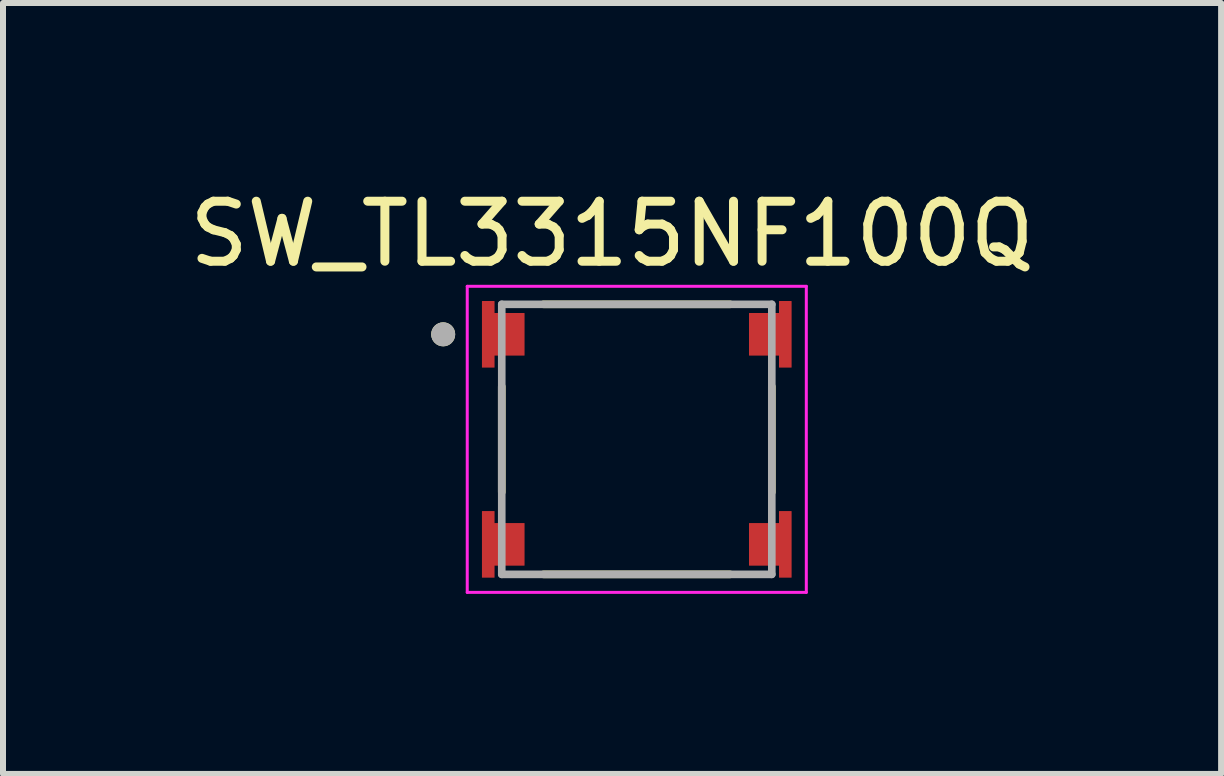
<source format=kicad_pcb>
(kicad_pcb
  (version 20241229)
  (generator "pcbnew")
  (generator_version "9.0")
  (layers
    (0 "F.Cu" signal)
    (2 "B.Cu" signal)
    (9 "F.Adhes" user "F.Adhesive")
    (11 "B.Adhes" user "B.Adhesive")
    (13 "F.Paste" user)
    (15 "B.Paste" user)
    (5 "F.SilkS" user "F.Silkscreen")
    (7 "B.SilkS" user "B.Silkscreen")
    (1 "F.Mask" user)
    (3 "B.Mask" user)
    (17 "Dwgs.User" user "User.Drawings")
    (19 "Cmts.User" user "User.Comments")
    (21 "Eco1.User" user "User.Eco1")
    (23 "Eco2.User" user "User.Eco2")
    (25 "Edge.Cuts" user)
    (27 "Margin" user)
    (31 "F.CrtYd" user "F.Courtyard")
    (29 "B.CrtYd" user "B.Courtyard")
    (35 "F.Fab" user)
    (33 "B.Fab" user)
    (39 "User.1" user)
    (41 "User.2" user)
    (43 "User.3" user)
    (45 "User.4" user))
  (footprint "SW_TL3315NF100Q"
    (layer "F.Cu")
    (at 7.561 4.271)
    (property "Reference" "SW_TL3315NF100Q" (at -0.412 -3.423 0) (layer "F.SilkS") (effects (font (size 1 1) (thickness 0.15))))
    (attr smd)
    (fp_poly (pts (xy -2.675 -2.4) (xy -2.675 -1.1) (xy -2.275 -1.1) (xy -2.275 -1.3) (xy -1.775 -1.3) (xy -1.775 -2.2) (xy -2.275 -2.2) (xy -2.275 -2.4)) (stroke (width 0.01) (type solid)) (fill yes) (layer "F.Mask"))
    (fp_poly (pts (xy -2.275 2.4) (xy -2.675 2.4) (xy -2.675 1.1) (xy -2.275 1.1) (xy -2.275 1.3) (xy -1.775 1.3) (xy -1.775 2.2) (xy -2.275 2.2)) (stroke (width 0.01) (type solid)) (fill yes) (layer "F.Mask"))
    (fp_poly (pts (xy 2.275 -1.3) (xy 1.775 -1.3) (xy 1.775 -2.2) (xy 2.275 -2.2) (xy 2.275 -2.4) (xy 2.675 -2.4) (xy 2.675 -1.1) (xy 2.275 -1.1)) (stroke (width 0.01) (type solid)) (fill yes) (layer "F.Mask"))
    (fp_poly (pts (xy 2.275 2.2) (xy 1.775 2.2) (xy 1.775 1.3) (xy 2.275 1.3) (xy 2.275 1.1) (xy 2.675 1.1) (xy 2.675 2.4) (xy 2.275 2.4)) (stroke (width 0.01) (type solid)) (fill yes) (layer "F.Mask"))
    (fp_line (start -2.25 -0.88) (end -2.25 0.88) (stroke (width 0.127) (type solid)) (layer "F.SilkS"))
    (fp_line (start -1.555 -2.25) (end 1.555 -2.25) (stroke (width 0.127) (type solid)) (layer "F.SilkS"))
    (fp_line (start -1.555 2.25) (end 1.555 2.25) (stroke (width 0.127) (type solid)) (layer "F.SilkS"))
    (fp_line (start 2.25 -0.88) (end 2.25 0.88) (stroke (width 0.127) (type solid)) (layer "F.SilkS"))
    (fp_circle (center -3.226 -1.75) (end -3.126 -1.75) (stroke (width 0.2) (type solid)) (fill no) (layer "F.SilkS"))
    (fp_poly (pts (xy -2.375 -1.2) (xy -2.575 -1.2) (xy -2.575 -2.3) (xy -2.375 -2.3) (xy -2.375 -2.1) (xy -1.875 -2.1) (xy -1.875 -1.4) (xy -2.375 -1.4)) (stroke (width 0.01) (type solid)) (fill yes) (layer "F.Paste"))
    (fp_poly (pts (xy -2.375 2.3) (xy -2.575 2.3) (xy -2.575 1.2) (xy -2.375 1.2) (xy -2.375 1.4) (xy -1.875 1.4) (xy -1.875 2.1) (xy -2.375 2.1)) (stroke (width 0.01) (type solid)) (fill yes) (layer "F.Paste"))
    (fp_poly (pts (xy 2.375 -1.4) (xy 1.875 -1.4) (xy 1.875 -2.1) (xy 2.375 -2.1) (xy 2.375 -2.3) (xy 2.575 -2.3) (xy 2.575 -1.2) (xy 2.375 -1.2)) (stroke (width 0.01) (type solid)) (fill yes) (layer "F.Paste"))
    (fp_poly (pts (xy 2.375 2.1) (xy 1.875 2.1) (xy 1.875 1.4) (xy 2.375 1.4) (xy 2.375 1.2) (xy 2.575 1.2) (xy 2.575 2.3) (xy 2.375 2.3)) (stroke (width 0.01) (type solid)) (fill yes) (layer "F.Paste"))
    (fp_line (start -2.825 -2.55) (end -2.825 2.55) (stroke (width 0.05) (type solid)) (layer "F.CrtYd"))
    (fp_line (start -2.825 2.55) (end 2.825 2.55) (stroke (width 0.05) (type solid)) (layer "F.CrtYd"))
    (fp_line (start 2.825 -2.55) (end -2.825 -2.55) (stroke (width 0.05) (type solid)) (layer "F.CrtYd"))
    (fp_line (start 2.825 2.55) (end 2.825 -2.55) (stroke (width 0.05) (type solid)) (layer "F.CrtYd"))
    (fp_line (start -2.25 -2.25) (end 2.25 -2.25) (stroke (width 0.127) (type solid)) (layer "F.Fab"))
    (fp_line (start -2.25 2.25) (end -2.25 -2.25) (stroke (width 0.127) (type solid)) (layer "F.Fab"))
    (fp_line (start 2.25 -2.25) (end 2.25 2.25) (stroke (width 0.127) (type solid)) (layer "F.Fab"))
    (fp_line (start 2.25 2.25) (end -2.25 2.25) (stroke (width 0.127) (type solid)) (layer "F.Fab"))
    (fp_circle (center -3.226 -1.75) (end -3.126 -1.75) (stroke (width 0.2) (type solid)) (fill no) (layer "F.Fab"))
    (pad "1" smd custom (at -2.23 -1.75) (size 0.5 0.5) (layers "F.Cu") (options (anchor rect)) (primitives (gr_poly (pts (xy -0.145 0.55) (xy -0.345 0.55) (xy -0.345 -0.55) (xy -0.145 -0.55) (xy -0.145 -0.35) (xy 0.355 -0.35) (xy 0.355 0.35) (xy -0.145 0.35)) (width 0.01) (fill yes))))
    (pad "2" smd custom (at 2.23 -1.75) (size 0.5 0.5) (layers "F.Cu") (options (anchor rect)) (primitives (gr_poly (pts (xy 0.145 0.35) (xy -0.355 0.35) (xy -0.355 -0.35) (xy 0.145 -0.35) (xy 0.145 -0.55) (xy 0.345 -0.55) (xy 0.345 0.55) (xy 0.145 0.55)) (width 0.01) (fill yes))))
    (pad "3" smd custom (at -2.23 1.75) (size 0.5 0.5) (layers "F.Cu") (options (anchor rect)) (primitives (gr_poly (pts (xy -0.145 0.55) (xy -0.345 0.55) (xy -0.345 -0.55) (xy -0.145 -0.55) (xy -0.145 -0.35) (xy 0.355 -0.35) (xy 0.355 0.35) (xy -0.145 0.35)) (width 0.01) (fill yes))))
    (pad "4" smd custom (at 2.23 1.75) (size 0.5 0.5) (layers "F.Cu") (options (anchor rect)) (primitives (gr_poly (pts (xy 0.145 0.35) (xy -0.355 0.35) (xy -0.355 -0.35) (xy 0.145 -0.35) (xy 0.145 -0.55) (xy 0.345 -0.55) (xy 0.345 0.55) (xy 0.145 0.55)) (width 0.01) (fill yes)))))
  (gr_rect
    (start -3 -3)
    (end 17.298 9.846)
    (stroke (width 0.1) (type default))
    (fill no)
    (layer "Edge.Cuts")))
</source>
